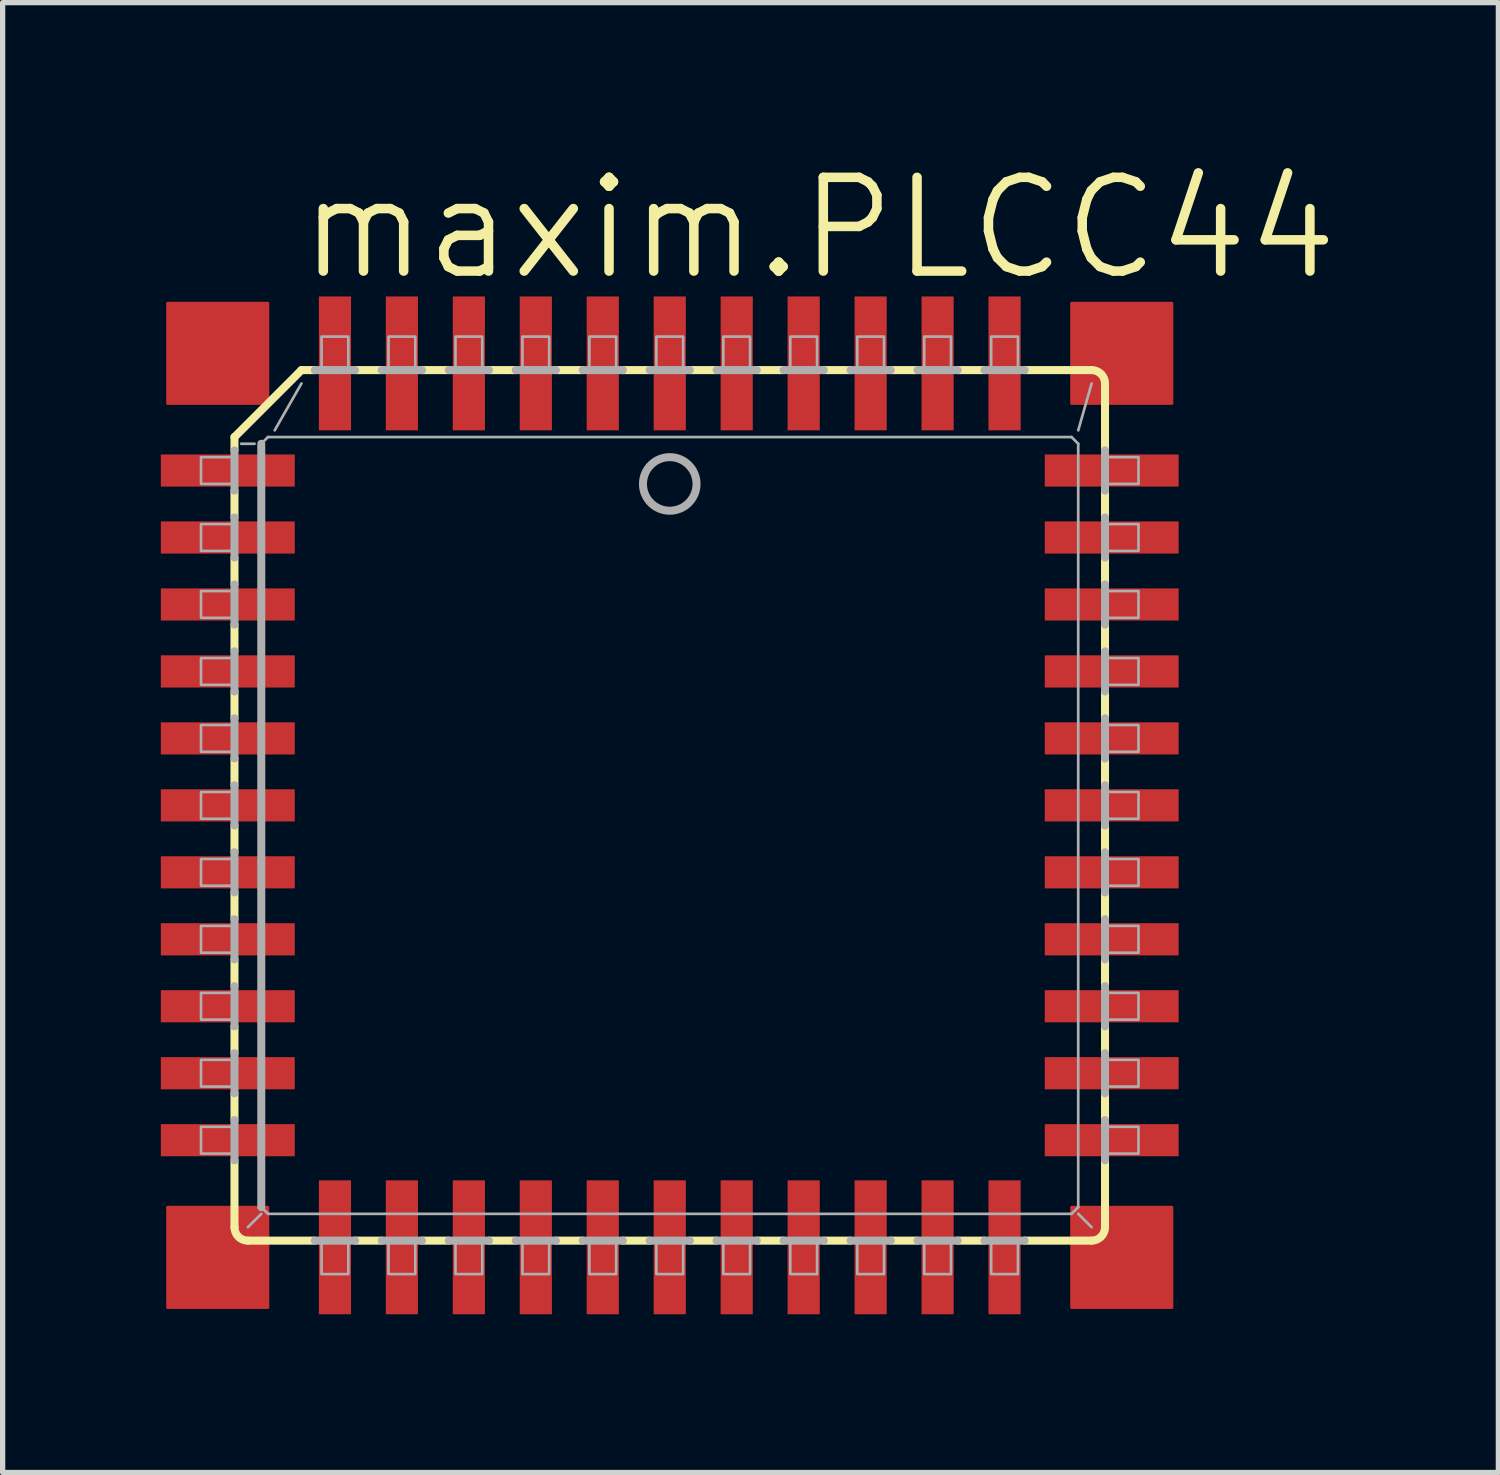
<source format=kicad_pcb>
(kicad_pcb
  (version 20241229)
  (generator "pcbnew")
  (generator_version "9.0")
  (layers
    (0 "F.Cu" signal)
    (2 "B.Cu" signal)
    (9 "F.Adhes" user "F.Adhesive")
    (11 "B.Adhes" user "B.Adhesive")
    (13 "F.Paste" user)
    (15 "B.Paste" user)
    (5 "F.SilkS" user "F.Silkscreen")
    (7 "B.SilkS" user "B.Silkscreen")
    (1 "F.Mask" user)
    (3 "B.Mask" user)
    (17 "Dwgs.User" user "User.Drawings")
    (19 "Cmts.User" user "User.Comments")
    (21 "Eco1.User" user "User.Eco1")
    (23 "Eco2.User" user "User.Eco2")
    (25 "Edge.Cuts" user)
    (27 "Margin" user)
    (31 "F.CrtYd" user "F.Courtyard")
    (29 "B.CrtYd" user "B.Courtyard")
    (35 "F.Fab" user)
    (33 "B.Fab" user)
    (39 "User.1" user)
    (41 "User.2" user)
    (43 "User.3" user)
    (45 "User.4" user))
  (footprint "maxim.PLCC44"
    (layer "F.Cu")
    (at 9.652 12.224)
    (property "Reference" "maxim.PLCC44" (at -7.112 -9.906 0) (layer "F.SilkS") (effects (font (size 1.778 1.778) (thickness 0.18)) (justify left bottom)))
    (attr smd)
    (fp_rect (start -9.525 -7.62) (end -7.62 -9.525) (stroke (width 0.05) (type default)) (fill yes) (layer "F.Cu"))
    (fp_rect (start -9.525 9.525) (end -7.62 7.62) (stroke (width 0.05) (type default)) (fill yes) (layer "F.Cu"))
    (fp_rect (start 7.62 -7.62) (end 9.525 -9.525) (stroke (width 0.05) (type default)) (fill yes) (layer "F.Cu"))
    (fp_rect (start 7.62 9.525) (end 9.525 7.62) (stroke (width 0.05) (type default)) (fill yes) (layer "F.Cu"))
    (fp_rect (start -9.525 -7.62) (end -7.62 -9.525) (stroke (width 0.05) (type default)) (fill yes) (layer "F.Mask"))
    (fp_rect (start -9.525 9.525) (end -7.62 7.62) (stroke (width 0.05) (type default)) (fill yes) (layer "F.Mask"))
    (fp_rect (start 7.62 -7.62) (end 9.525 -9.525) (stroke (width 0.05) (type default)) (fill yes) (layer "F.Mask"))
    (fp_rect (start 7.62 9.525) (end 9.525 7.62) (stroke (width 0.05) (type default)) (fill yes) (layer "F.Mask"))
    (fp_line (start -8.255 -6.985) (end -8.255 -6.731) (stroke (width 0.152) (type default)) (layer "F.SilkS"))
    (fp_line (start -8.255 -6.985) (end -6.985 -8.255) (stroke (width 0.152) (type default)) (layer "F.SilkS"))
    (fp_line (start -8.255 -5.969) (end -8.255 -5.461) (stroke (width 0.152) (type default)) (layer "F.SilkS"))
    (fp_line (start -8.255 -4.699) (end -8.255 -4.191) (stroke (width 0.152) (type default)) (layer "F.SilkS"))
    (fp_line (start -8.255 -3.429) (end -8.255 -2.921) (stroke (width 0.152) (type default)) (layer "F.SilkS"))
    (fp_line (start -8.255 -2.159) (end -8.255 -1.651) (stroke (width 0.152) (type default)) (layer "F.SilkS"))
    (fp_line (start -8.255 -0.889) (end -8.255 -0.381) (stroke (width 0.152) (type default)) (layer "F.SilkS"))
    (fp_line (start -8.255 0.381) (end -8.255 0.889) (stroke (width 0.152) (type default)) (layer "F.SilkS"))
    (fp_line (start -8.255 2.159) (end -8.255 1.651) (stroke (width 0.152) (type default)) (layer "F.SilkS"))
    (fp_line (start -8.255 2.921) (end -8.255 3.429) (stroke (width 0.152) (type default)) (layer "F.SilkS"))
    (fp_line (start -8.255 4.699) (end -8.255 4.191) (stroke (width 0.152) (type default)) (layer "F.SilkS"))
    (fp_line (start -8.255 5.461) (end -8.255 5.969) (stroke (width 0.152) (type default)) (layer "F.SilkS"))
    (fp_line (start -8.255 8.001) (end -8.255 6.731) (stroke (width 0.152) (type default)) (layer "F.SilkS"))
    (fp_line (start -8.001 8.255) (end -6.731 8.255) (stroke (width 0.152) (type default)) (layer "F.SilkS"))
    (fp_line (start -6.985 -8.255) (end -6.731 -8.255) (stroke (width 0.152) (type default)) (layer "F.SilkS"))
    (fp_line (start -5.969 8.255) (end -5.461 8.255) (stroke (width 0.152) (type default)) (layer "F.SilkS"))
    (fp_line (start -5.461 -8.255) (end -5.969 -8.255) (stroke (width 0.152) (type default)) (layer "F.SilkS"))
    (fp_line (start -4.699 -8.255) (end -4.191 -8.255) (stroke (width 0.152) (type default)) (layer "F.SilkS"))
    (fp_line (start -4.699 8.255) (end -4.191 8.255) (stroke (width 0.152) (type default)) (layer "F.SilkS"))
    (fp_line (start -3.429 8.255) (end -2.921 8.255) (stroke (width 0.152) (type default)) (layer "F.SilkS"))
    (fp_line (start -2.921 -8.255) (end -3.429 -8.255) (stroke (width 0.152) (type default)) (layer "F.SilkS"))
    (fp_line (start -2.159 -8.255) (end -1.651 -8.255) (stroke (width 0.152) (type default)) (layer "F.SilkS"))
    (fp_line (start -2.159 8.255) (end -1.651 8.255) (stroke (width 0.152) (type default)) (layer "F.SilkS"))
    (fp_line (start -0.889 8.255) (end -0.381 8.255) (stroke (width 0.152) (type default)) (layer "F.SilkS"))
    (fp_line (start -0.381 -8.255) (end -0.889 -8.255) (stroke (width 0.152) (type default)) (layer "F.SilkS"))
    (fp_line (start 0.381 8.255) (end 0.889 8.255) (stroke (width 0.152) (type default)) (layer "F.SilkS"))
    (fp_line (start 0.889 -8.255) (end 0.381 -8.255) (stroke (width 0.152) (type default)) (layer "F.SilkS"))
    (fp_line (start 2.159 -8.255) (end 1.651 -8.255) (stroke (width 0.152) (type default)) (layer "F.SilkS"))
    (fp_line (start 2.159 8.255) (end 1.651 8.255) (stroke (width 0.152) (type default)) (layer "F.SilkS"))
    (fp_line (start 2.921 8.255) (end 3.429 8.255) (stroke (width 0.152) (type default)) (layer "F.SilkS"))
    (fp_line (start 3.429 -8.255) (end 2.921 -8.255) (stroke (width 0.152) (type default)) (layer "F.SilkS"))
    (fp_line (start 4.699 -8.255) (end 4.191 -8.255) (stroke (width 0.152) (type default)) (layer "F.SilkS"))
    (fp_line (start 4.699 8.255) (end 4.191 8.255) (stroke (width 0.152) (type default)) (layer "F.SilkS"))
    (fp_line (start 5.461 8.255) (end 5.969 8.255) (stroke (width 0.152) (type default)) (layer "F.SilkS"))
    (fp_line (start 5.969 -8.255) (end 5.461 -8.255) (stroke (width 0.152) (type default)) (layer "F.SilkS"))
    (fp_line (start 8.001 -8.255) (end 6.731 -8.255) (stroke (width 0.152) (type default)) (layer "F.SilkS"))
    (fp_line (start 8.001 8.255) (end 6.731 8.255) (stroke (width 0.152) (type default)) (layer "F.SilkS"))
    (fp_line (start 8.255 -8.001) (end 8.255 -6.731) (stroke (width 0.152) (type default)) (layer "F.SilkS"))
    (fp_line (start 8.255 -5.461) (end 8.255 -5.969) (stroke (width 0.152) (type default)) (layer "F.SilkS"))
    (fp_line (start 8.255 -4.699) (end 8.255 -4.191) (stroke (width 0.152) (type default)) (layer "F.SilkS"))
    (fp_line (start 8.255 -2.921) (end 8.255 -3.429) (stroke (width 0.152) (type default)) (layer "F.SilkS"))
    (fp_line (start 8.255 -2.159) (end 8.255 -1.651) (stroke (width 0.152) (type default)) (layer "F.SilkS"))
    (fp_line (start 8.255 -0.381) (end 8.255 -0.889) (stroke (width 0.152) (type default)) (layer "F.SilkS"))
    (fp_line (start 8.255 0.889) (end 8.255 0.381) (stroke (width 0.152) (type default)) (layer "F.SilkS"))
    (fp_line (start 8.255 2.159) (end 8.255 1.651) (stroke (width 0.152) (type default)) (layer "F.SilkS"))
    (fp_line (start 8.255 3.429) (end 8.255 2.921) (stroke (width 0.152) (type default)) (layer "F.SilkS"))
    (fp_line (start 8.255 4.699) (end 8.255 4.191) (stroke (width 0.152) (type default)) (layer "F.SilkS"))
    (fp_line (start 8.255 5.969) (end 8.255 5.461) (stroke (width 0.152) (type default)) (layer "F.SilkS"))
    (fp_line (start 8.255 8.001) (end 8.255 6.731) (stroke (width 0.152) (type default)) (layer "F.SilkS"))
    (fp_arc (start -8.001 8.255) (mid -8.180605 8.180605) (end -8.255 8.001) (stroke (width 0.1524) (type default)) (layer "F.SilkS"))
    (fp_arc (start 8.001 -8.255) (mid 8.180605 -8.180605) (end 8.255 -8.001) (stroke (width 0.1524) (type default)) (layer "F.SilkS"))
    (fp_arc (start 8.255 8.001) (mid 8.180605 8.180605) (end 8.001 8.255) (stroke (width 0.1524) (type default)) (layer "F.SilkS"))
    (fp_line (start -8.255 -6.731) (end -8.255 -5.969) (stroke (width 0.152) (type default)) (layer "F.Fab"))
    (fp_line (start -8.255 -5.461) (end -8.255 -4.699) (stroke (width 0.152) (type default)) (layer "F.Fab"))
    (fp_line (start -8.255 -4.191) (end -8.255 -3.429) (stroke (width 0.152) (type default)) (layer "F.Fab"))
    (fp_line (start -8.255 -2.921) (end -8.255 -2.159) (stroke (width 0.152) (type default)) (layer "F.Fab"))
    (fp_line (start -8.255 -1.651) (end -8.255 -0.889) (stroke (width 0.152) (type default)) (layer "F.Fab"))
    (fp_line (start -8.255 -0.381) (end -8.255 0.381) (stroke (width 0.152) (type default)) (layer "F.Fab"))
    (fp_line (start -8.255 0.889) (end -8.255 1.651) (stroke (width 0.152) (type default)) (layer "F.Fab"))
    (fp_line (start -8.255 2.159) (end -8.255 2.921) (stroke (width 0.152) (type default)) (layer "F.Fab"))
    (fp_line (start -8.255 3.429) (end -8.255 4.191) (stroke (width 0.152) (type default)) (layer "F.Fab"))
    (fp_line (start -8.255 4.699) (end -8.255 5.461) (stroke (width 0.152) (type default)) (layer "F.Fab"))
    (fp_line (start -8.255 5.969) (end -8.255 6.731) (stroke (width 0.152) (type default)) (layer "F.Fab"))
    (fp_line (start -8.128 -6.858) (end -7.874 -6.858) (stroke (width 0.051) (type default)) (layer "F.Fab"))
    (fp_line (start -7.747 7.62) (end -7.747 -6.858) (stroke (width 0.152) (type default)) (layer "F.Fab"))
    (fp_line (start -7.747 7.62) (end -7.62 7.747) (stroke (width 0.051) (type default)) (layer "F.Fab"))
    (fp_line (start -7.747 7.747) (end -8.001 8.001) (stroke (width 0.051) (type default)) (layer "F.Fab"))
    (fp_line (start -7.62 -6.985) (end -7.747 -6.858) (stroke (width 0.051) (type default)) (layer "F.Fab"))
    (fp_line (start -7.62 -6.985) (end 7.62 -6.985) (stroke (width 0.051) (type default)) (layer "F.Fab"))
    (fp_line (start -6.985 -8.001) (end -7.493 -7.112) (stroke (width 0.051) (type default)) (layer "F.Fab"))
    (fp_line (start -6.731 8.255) (end -5.969 8.255) (stroke (width 0.152) (type default)) (layer "F.Fab"))
    (fp_line (start -5.969 -8.255) (end -6.731 -8.255) (stroke (width 0.152) (type default)) (layer "F.Fab"))
    (fp_line (start -5.461 8.255) (end -4.699 8.255) (stroke (width 0.152) (type default)) (layer "F.Fab"))
    (fp_line (start -4.699 -8.255) (end -5.461 -8.255) (stroke (width 0.152) (type default)) (layer "F.Fab"))
    (fp_line (start -4.191 8.255) (end -3.429 8.255) (stroke (width 0.152) (type default)) (layer "F.Fab"))
    (fp_line (start -3.429 -8.255) (end -4.191 -8.255) (stroke (width 0.152) (type default)) (layer "F.Fab"))
    (fp_line (start -2.921 8.255) (end -2.159 8.255) (stroke (width 0.152) (type default)) (layer "F.Fab"))
    (fp_line (start -2.159 -8.255) (end -2.921 -8.255) (stroke (width 0.152) (type default)) (layer "F.Fab"))
    (fp_line (start -1.651 8.255) (end -0.889 8.255) (stroke (width 0.152) (type default)) (layer "F.Fab"))
    (fp_line (start -0.889 -8.255) (end -1.651 -8.255) (stroke (width 0.152) (type default)) (layer "F.Fab"))
    (fp_line (start -0.381 8.255) (end 0.381 8.255) (stroke (width 0.152) (type default)) (layer "F.Fab"))
    (fp_line (start 0.381 -8.255) (end -0.381 -8.255) (stroke (width 0.152) (type default)) (layer "F.Fab"))
    (fp_line (start 0.889 8.255) (end 1.651 8.255) (stroke (width 0.152) (type default)) (layer "F.Fab"))
    (fp_line (start 1.651 -8.255) (end 0.889 -8.255) (stroke (width 0.152) (type default)) (layer "F.Fab"))
    (fp_line (start 2.159 8.255) (end 2.921 8.255) (stroke (width 0.152) (type default)) (layer "F.Fab"))
    (fp_line (start 2.921 -8.255) (end 2.159 -8.255) (stroke (width 0.152) (type default)) (layer "F.Fab"))
    (fp_line (start 3.429 8.255) (end 4.191 8.255) (stroke (width 0.152) (type default)) (layer "F.Fab"))
    (fp_line (start 4.191 -8.255) (end 3.429 -8.255) (stroke (width 0.152) (type default)) (layer "F.Fab"))
    (fp_line (start 4.699 8.255) (end 5.461 8.255) (stroke (width 0.152) (type default)) (layer "F.Fab"))
    (fp_line (start 5.461 -8.255) (end 4.699 -8.255) (stroke (width 0.152) (type default)) (layer "F.Fab"))
    (fp_line (start 5.969 8.255) (end 6.731 8.255) (stroke (width 0.152) (type default)) (layer "F.Fab"))
    (fp_line (start 6.731 -8.255) (end 5.969 -8.255) (stroke (width 0.152) (type default)) (layer "F.Fab"))
    (fp_line (start 7.62 7.747) (end -7.62 7.747) (stroke (width 0.051) (type default)) (layer "F.Fab"))
    (fp_line (start 7.62 7.747) (end 7.747 7.62) (stroke (width 0.051) (type default)) (layer "F.Fab"))
    (fp_line (start 7.747 -6.858) (end 7.62 -6.985) (stroke (width 0.051) (type default)) (layer "F.Fab"))
    (fp_line (start 7.747 -6.858) (end 7.747 7.62) (stroke (width 0.051) (type default)) (layer "F.Fab"))
    (fp_line (start 7.747 7.747) (end 8.001 8.001) (stroke (width 0.051) (type default)) (layer "F.Fab"))
    (fp_line (start 8.001 -8.001) (end 7.747 -7.112) (stroke (width 0.051) (type default)) (layer "F.Fab"))
    (fp_line (start 8.255 -5.969) (end 8.255 -6.731) (stroke (width 0.152) (type default)) (layer "F.Fab"))
    (fp_line (start 8.255 -4.699) (end 8.255 -5.461) (stroke (width 0.152) (type default)) (layer "F.Fab"))
    (fp_line (start 8.255 -3.429) (end 8.255 -4.191) (stroke (width 0.152) (type default)) (layer "F.Fab"))
    (fp_line (start 8.255 -2.159) (end 8.255 -2.921) (stroke (width 0.152) (type default)) (layer "F.Fab"))
    (fp_line (start 8.255 -0.889) (end 8.255 -1.651) (stroke (width 0.152) (type default)) (layer "F.Fab"))
    (fp_line (start 8.255 0.381) (end 8.255 -0.381) (stroke (width 0.152) (type default)) (layer "F.Fab"))
    (fp_line (start 8.255 1.651) (end 8.255 0.889) (stroke (width 0.152) (type default)) (layer "F.Fab"))
    (fp_line (start 8.255 2.921) (end 8.255 2.159) (stroke (width 0.152) (type default)) (layer "F.Fab"))
    (fp_line (start 8.255 4.191) (end 8.255 3.429) (stroke (width 0.152) (type default)) (layer "F.Fab"))
    (fp_line (start 8.255 5.461) (end 8.255 4.699) (stroke (width 0.152) (type default)) (layer "F.Fab"))
    (fp_line (start 8.255 6.731) (end 8.255 5.969) (stroke (width 0.152) (type default)) (layer "F.Fab"))
    (fp_rect (start -8.89 -6.096) (end -8.255 -6.604) (stroke (width 0.05) (type default)) (fill no) (layer "F.Fab"))
    (fp_rect (start -8.89 -4.826) (end -8.255 -5.334) (stroke (width 0.05) (type default)) (fill no) (layer "F.Fab"))
    (fp_rect (start -8.89 -3.556) (end -8.255 -4.064) (stroke (width 0.05) (type default)) (fill no) (layer "F.Fab"))
    (fp_rect (start -8.89 -2.286) (end -8.255 -2.794) (stroke (width 0.05) (type default)) (fill no) (layer "F.Fab"))
    (fp_rect (start -8.89 -1.016) (end -8.255 -1.524) (stroke (width 0.05) (type default)) (fill no) (layer "F.Fab"))
    (fp_rect (start -8.89 0.254) (end -8.255 -0.254) (stroke (width 0.05) (type default)) (fill no) (layer "F.Fab"))
    (fp_rect (start -8.89 1.524) (end -8.255 1.016) (stroke (width 0.05) (type default)) (fill no) (layer "F.Fab"))
    (fp_rect (start -8.89 2.794) (end -8.255 2.286) (stroke (width 0.05) (type default)) (fill no) (layer "F.Fab"))
    (fp_rect (start -8.89 4.064) (end -8.255 3.556) (stroke (width 0.05) (type default)) (fill no) (layer "F.Fab"))
    (fp_rect (start -8.89 5.334) (end -8.255 4.826) (stroke (width 0.05) (type default)) (fill no) (layer "F.Fab"))
    (fp_rect (start -8.89 6.604) (end -8.255 6.096) (stroke (width 0.05) (type default)) (fill no) (layer "F.Fab"))
    (fp_rect (start -6.604 -8.255) (end -6.096 -8.89) (stroke (width 0.05) (type default)) (fill no) (layer "F.Fab"))
    (fp_rect (start -6.604 8.89) (end -6.096 8.255) (stroke (width 0.05) (type default)) (fill no) (layer "F.Fab"))
    (fp_rect (start -5.334 -8.255) (end -4.826 -8.89) (stroke (width 0.05) (type default)) (fill no) (layer "F.Fab"))
    (fp_rect (start -5.334 8.89) (end -4.826 8.255) (stroke (width 0.05) (type default)) (fill no) (layer "F.Fab"))
    (fp_rect (start -4.064 -8.255) (end -3.556 -8.89) (stroke (width 0.05) (type default)) (fill no) (layer "F.Fab"))
    (fp_rect (start -4.064 8.89) (end -3.556 8.255) (stroke (width 0.05) (type default)) (fill no) (layer "F.Fab"))
    (fp_rect (start -2.794 -8.255) (end -2.286 -8.89) (stroke (width 0.05) (type default)) (fill no) (layer "F.Fab"))
    (fp_rect (start -2.794 8.89) (end -2.286 8.255) (stroke (width 0.05) (type default)) (fill no) (layer "F.Fab"))
    (fp_rect (start -1.524 -8.255) (end -1.016 -8.89) (stroke (width 0.05) (type default)) (fill no) (layer "F.Fab"))
    (fp_rect (start -1.524 8.89) (end -1.016 8.255) (stroke (width 0.05) (type default)) (fill no) (layer "F.Fab"))
    (fp_rect (start -0.254 -8.255) (end 0.254 -8.89) (stroke (width 0.05) (type default)) (fill no) (layer "F.Fab"))
    (fp_rect (start -0.254 8.89) (end 0.254 8.255) (stroke (width 0.05) (type default)) (fill no) (layer "F.Fab"))
    (fp_rect (start 1.016 -8.255) (end 1.524 -8.89) (stroke (width 0.05) (type default)) (fill no) (layer "F.Fab"))
    (fp_rect (start 1.016 8.89) (end 1.524 8.255) (stroke (width 0.05) (type default)) (fill no) (layer "F.Fab"))
    (fp_rect (start 2.286 -8.255) (end 2.794 -8.89) (stroke (width 0.05) (type default)) (fill no) (layer "F.Fab"))
    (fp_rect (start 2.286 8.89) (end 2.794 8.255) (stroke (width 0.05) (type default)) (fill no) (layer "F.Fab"))
    (fp_rect (start 3.556 -8.255) (end 4.064 -8.89) (stroke (width 0.05) (type default)) (fill no) (layer "F.Fab"))
    (fp_rect (start 3.556 8.89) (end 4.064 8.255) (stroke (width 0.05) (type default)) (fill no) (layer "F.Fab"))
    (fp_rect (start 4.826 -8.255) (end 5.334 -8.89) (stroke (width 0.05) (type default)) (fill no) (layer "F.Fab"))
    (fp_rect (start 4.826 8.89) (end 5.334 8.255) (stroke (width 0.05) (type default)) (fill no) (layer "F.Fab"))
    (fp_rect (start 6.096 -8.255) (end 6.604 -8.89) (stroke (width 0.05) (type default)) (fill no) (layer "F.Fab"))
    (fp_rect (start 6.096 8.89) (end 6.604 8.255) (stroke (width 0.05) (type default)) (fill no) (layer "F.Fab"))
    (fp_rect (start 8.255 -6.096) (end 8.89 -6.604) (stroke (width 0.05) (type default)) (fill no) (layer "F.Fab"))
    (fp_rect (start 8.255 -4.826) (end 8.89 -5.334) (stroke (width 0.05) (type default)) (fill no) (layer "F.Fab"))
    (fp_rect (start 8.255 -3.556) (end 8.89 -4.064) (stroke (width 0.05) (type default)) (fill no) (layer "F.Fab"))
    (fp_rect (start 8.255 -2.286) (end 8.89 -2.794) (stroke (width 0.05) (type default)) (fill no) (layer "F.Fab"))
    (fp_rect (start 8.255 -1.016) (end 8.89 -1.524) (stroke (width 0.05) (type default)) (fill no) (layer "F.Fab"))
    (fp_rect (start 8.255 0.254) (end 8.89 -0.254) (stroke (width 0.05) (type default)) (fill no) (layer "F.Fab"))
    (fp_rect (start 8.255 1.524) (end 8.89 1.016) (stroke (width 0.05) (type default)) (fill no) (layer "F.Fab"))
    (fp_rect (start 8.255 2.794) (end 8.89 2.286) (stroke (width 0.05) (type default)) (fill no) (layer "F.Fab"))
    (fp_rect (start 8.255 4.064) (end 8.89 3.556) (stroke (width 0.05) (type default)) (fill no) (layer "F.Fab"))
    (fp_rect (start 8.255 5.334) (end 8.89 4.826) (stroke (width 0.05) (type default)) (fill no) (layer "F.Fab"))
    (fp_rect (start 8.255 6.604) (end 8.89 6.096) (stroke (width 0.05) (type default)) (fill no) (layer "F.Fab"))
    (fp_circle (center 0 -6.096) (end 0.508 -6.096) (stroke (width 0.152) (type default)) (fill no) (layer "F.Fab"))
    (pad "1" smd roundrect (at 0 -8.382) (size 0.61 2.54) (layers "F.Cu" "F.Mask" "F.Paste") (roundrect_rratio 0.01))
    (pad "2" smd roundrect (at -1.27 -8.382) (size 0.61 2.54) (layers "F.Cu" "F.Mask" "F.Paste") (roundrect_rratio 0.01))
    (pad "3" smd roundrect (at -2.54 -8.382) (size 0.61 2.54) (layers "F.Cu" "F.Mask" "F.Paste") (roundrect_rratio 0.01))
    (pad "4" smd roundrect (at -3.81 -8.382) (size 0.61 2.54) (layers "F.Cu" "F.Mask" "F.Paste") (roundrect_rratio 0.01))
    (pad "5" smd roundrect (at -5.08 -8.382) (size 0.61 2.54) (layers "F.Cu" "F.Mask" "F.Paste") (roundrect_rratio 0.01))
    (pad "6" smd roundrect (at -6.35 -8.382) (size 0.61 2.54) (layers "F.Cu" "F.Mask" "F.Paste") (roundrect_rratio 0.01))
    (pad "7" smd roundrect (at -8.382 -6.35) (size 2.54 0.61) (layers "F.Cu" "F.Mask" "F.Paste") (roundrect_rratio 0.01))
    (pad "8" smd roundrect (at -8.382 -5.08) (size 2.54 0.61) (layers "F.Cu" "F.Mask" "F.Paste") (roundrect_rratio 0.01))
    (pad "9" smd roundrect (at -8.382 -3.81) (size 2.54 0.61) (layers "F.Cu" "F.Mask" "F.Paste") (roundrect_rratio 0.01))
    (pad "10" smd roundrect (at -8.382 -2.54) (size 2.54 0.61) (layers "F.Cu" "F.Mask" "F.Paste") (roundrect_rratio 0.01))
    (pad "11" smd roundrect (at -8.382 -1.27) (size 2.54 0.61) (layers "F.Cu" "F.Mask" "F.Paste") (roundrect_rratio 0.01))
    (pad "12" smd roundrect (at -8.382 0) (size 2.54 0.61) (layers "F.Cu" "F.Mask" "F.Paste") (roundrect_rratio 0.01))
    (pad "13" smd roundrect (at -8.382 1.27) (size 2.54 0.61) (layers "F.Cu" "F.Mask" "F.Paste") (roundrect_rratio 0.01))
    (pad "14" smd roundrect (at -8.382 2.54) (size 2.54 0.61) (layers "F.Cu" "F.Mask" "F.Paste") (roundrect_rratio 0.01))
    (pad "15" smd roundrect (at -8.382 3.81) (size 2.54 0.61) (layers "F.Cu" "F.Mask" "F.Paste") (roundrect_rratio 0.01))
    (pad "16" smd roundrect (at -8.382 5.08) (size 2.54 0.61) (layers "F.Cu" "F.Mask" "F.Paste") (roundrect_rratio 0.01))
    (pad "17" smd roundrect (at -8.382 6.35) (size 2.54 0.61) (layers "F.Cu" "F.Mask" "F.Paste") (roundrect_rratio 0.01))
    (pad "18" smd roundrect (at -6.35 8.382) (size 0.61 2.54) (layers "F.Cu" "F.Mask" "F.Paste") (roundrect_rratio 0.01))
    (pad "19" smd roundrect (at -5.08 8.382) (size 0.61 2.54) (layers "F.Cu" "F.Mask" "F.Paste") (roundrect_rratio 0.01))
    (pad "20" smd roundrect (at -3.81 8.382) (size 0.61 2.54) (layers "F.Cu" "F.Mask" "F.Paste") (roundrect_rratio 0.01))
    (pad "21" smd roundrect (at -2.54 8.382) (size 0.61 2.54) (layers "F.Cu" "F.Mask" "F.Paste") (roundrect_rratio 0.01))
    (pad "22" smd roundrect (at -1.27 8.382) (size 0.61 2.54) (layers "F.Cu" "F.Mask" "F.Paste") (roundrect_rratio 0.01))
    (pad "23" smd roundrect (at 0 8.382) (size 0.61 2.54) (layers "F.Cu" "F.Mask" "F.Paste") (roundrect_rratio 0.01))
    (pad "24" smd roundrect (at 1.27 8.382) (size 0.61 2.54) (layers "F.Cu" "F.Mask" "F.Paste") (roundrect_rratio 0.01))
    (pad "25" smd roundrect (at 2.54 8.382) (size 0.61 2.54) (layers "F.Cu" "F.Mask" "F.Paste") (roundrect_rratio 0.01))
    (pad "26" smd roundrect (at 3.81 8.382) (size 0.61 2.54) (layers "F.Cu" "F.Mask" "F.Paste") (roundrect_rratio 0.01))
    (pad "27" smd roundrect (at 5.08 8.382) (size 0.61 2.54) (layers "F.Cu" "F.Mask" "F.Paste") (roundrect_rratio 0.01))
    (pad "28" smd roundrect (at 6.35 8.382) (size 0.61 2.54) (layers "F.Cu" "F.Mask" "F.Paste") (roundrect_rratio 0.01))
    (pad "29" smd roundrect (at 8.382 6.35) (size 2.54 0.61) (layers "F.Cu" "F.Mask" "F.Paste") (roundrect_rratio 0.01))
    (pad "30" smd roundrect (at 8.382 5.08) (size 2.54 0.61) (layers "F.Cu" "F.Mask" "F.Paste") (roundrect_rratio 0.01))
    (pad "31" smd roundrect (at 8.382 3.81) (size 2.54 0.61) (layers "F.Cu" "F.Mask" "F.Paste") (roundrect_rratio 0.01))
    (pad "32" smd roundrect (at 8.382 2.54) (size 2.54 0.61) (layers "F.Cu" "F.Mask" "F.Paste") (roundrect_rratio 0.01))
    (pad "33" smd roundrect (at 8.382 1.27) (size 2.54 0.61) (layers "F.Cu" "F.Mask" "F.Paste") (roundrect_rratio 0.01))
    (pad "34" smd roundrect (at 8.382 0) (size 2.54 0.61) (layers "F.Cu" "F.Mask" "F.Paste") (roundrect_rratio 0.01))
    (pad "35" smd roundrect (at 8.382 -1.27) (size 2.54 0.61) (layers "F.Cu" "F.Mask" "F.Paste") (roundrect_rratio 0.01))
    (pad "36" smd roundrect (at 8.382 -2.54) (size 2.54 0.61) (layers "F.Cu" "F.Mask" "F.Paste") (roundrect_rratio 0.01))
    (pad "37" smd roundrect (at 8.382 -3.81) (size 2.54 0.61) (layers "F.Cu" "F.Mask" "F.Paste") (roundrect_rratio 0.01))
    (pad "38" smd roundrect (at 8.382 -5.08) (size 2.54 0.61) (layers "F.Cu" "F.Mask" "F.Paste") (roundrect_rratio 0.01))
    (pad "39" smd roundrect (at 8.382 -6.35) (size 2.54 0.61) (layers "F.Cu" "F.Mask" "F.Paste") (roundrect_rratio 0.01))
    (pad "40" smd roundrect (at 6.35 -8.382) (size 0.61 2.54) (layers "F.Cu" "F.Mask" "F.Paste") (roundrect_rratio 0.01))
    (pad "41" smd roundrect (at 5.08 -8.382) (size 0.61 2.54) (layers "F.Cu" "F.Mask" "F.Paste") (roundrect_rratio 0.01))
    (pad "42" smd roundrect (at 3.81 -8.382) (size 0.61 2.54) (layers "F.Cu" "F.Mask" "F.Paste") (roundrect_rratio 0.01))
    (pad "43" smd roundrect (at 2.54 -8.382) (size 0.61 2.54) (layers "F.Cu" "F.Mask" "F.Paste") (roundrect_rratio 0.01))
    (pad "44" smd roundrect (at 1.27 -8.382) (size 0.61 2.54) (layers "F.Cu" "F.Mask" "F.Paste") (roundrect_rratio 0.01)))
  (gr_rect
    (start -3 -3)
    (end 25.367 24.876)
    (stroke (width 0.1) (type default))
    (fill no)
    (layer "Edge.Cuts")))
</source>
